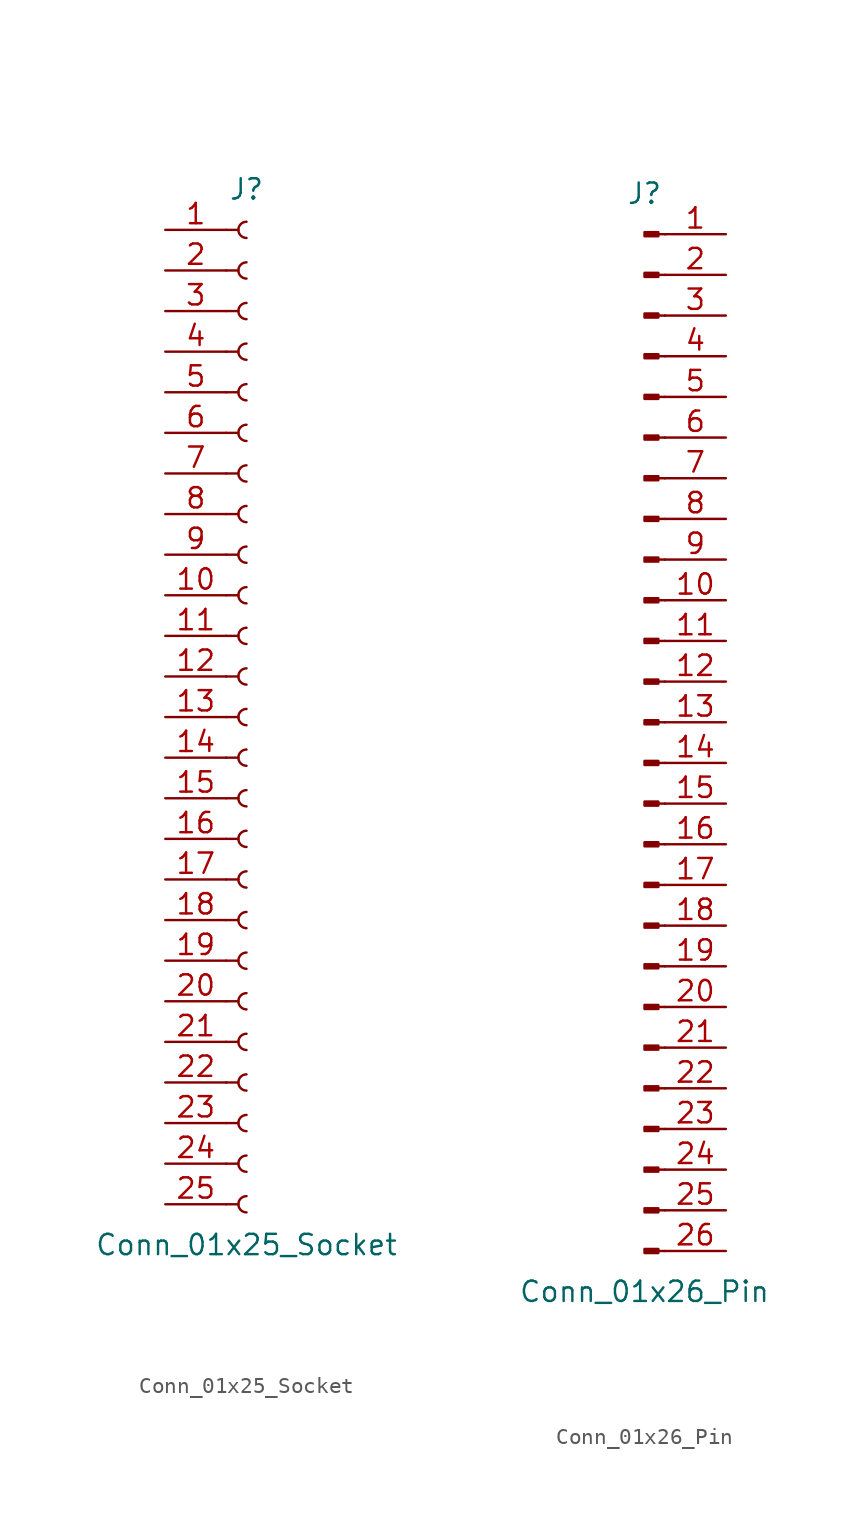
<source format=kicad_sym>
(kicad_symbol_lib
  (version 20220914)
  (generator kicad_symbol_editor)
  (symbol "Conn_01x25_Socket"
    (pin_names
      (offset 1.016) hide)
    (property "Reference" "J"
      (at 0 33.02 0)
      (effects (font (size 1.27 1.27))))
    (property "Value" "Conn_01x25_Socket"
      (at 0 -33.02 0)
      (effects (font (size 1.27 1.27))))
    (property "ki_locked" ""
      (at 0 0 0)
      (effects (font (size 1.27 1.27))))
    (symbol "Conn_01x25_Socket_1_1"
      (arc (start 0 -29.972) (mid -0.5058 -30.48) (end 0 -30.988) (stroke (width 0.1524) (type default)) (fill (type none)))
      (arc (start 0 -27.432) (mid -0.5058 -27.94) (end 0 -28.448) (stroke (width 0.1524) (type default)) (fill (type none)))
      (arc (start 0 -24.892) (mid -0.5058 -25.4) (end 0 -25.908) (stroke (width 0.1524) (type default)) (fill (type none)))
      (arc (start 0 -22.352) (mid -0.5058 -22.86) (end 0 -23.368) (stroke (width 0.1524) (type default)) (fill (type none)))
      (arc (start 0 -19.812) (mid -0.5058 -20.32) (end 0 -20.828) (stroke (width 0.1524) (type default)) (fill (type none)))
      (arc (start 0 -17.272) (mid -0.5058 -17.78) (end 0 -18.288) (stroke (width 0.1524) (type default)) (fill (type none)))
      (arc (start 0 -14.732) (mid -0.5058 -15.24) (end 0 -15.748) (stroke (width 0.1524) (type default)) (fill (type none)))
      (arc (start 0 -12.192) (mid -0.5058 -12.7) (end 0 -13.208) (stroke (width 0.1524) (type default)) (fill (type none)))
      (arc (start 0 -9.652) (mid -0.5058 -10.16) (end 0 -10.668) (stroke (width 0.1524) (type default)) (fill (type none)))
      (arc (start 0 -7.112) (mid -0.5058 -7.62) (end 0 -8.128) (stroke (width 0.1524) (type default)) (fill (type none)))
      (arc (start 0 -4.572) (mid -0.5058 -5.08) (end 0 -5.588) (stroke (width 0.1524) (type default)) (fill (type none)))
      (arc (start 0 -2.032) (mid -0.5058 -2.54) (end 0 -3.048) (stroke (width 0.1524) (type default)) (fill (type none)))
      (polyline (pts (xy -1.27 -30.48) (xy -0.508 -30.48)) (stroke (width 0.152) (type default)) (fill (type none)))
      (polyline (pts (xy -1.27 -27.94) (xy -0.508 -27.94)) (stroke (width 0.152) (type default)) (fill (type none)))
      (polyline (pts (xy -1.27 -25.4) (xy -0.508 -25.4)) (stroke (width 0.152) (type default)) (fill (type none)))
      (polyline (pts (xy -1.27 -22.86) (xy -0.508 -22.86)) (stroke (width 0.152) (type default)) (fill (type none)))
      (polyline (pts (xy -1.27 -20.32) (xy -0.508 -20.32)) (stroke (width 0.152) (type default)) (fill (type none)))
      (polyline (pts (xy -1.27 -17.78) (xy -0.508 -17.78)) (stroke (width 0.152) (type default)) (fill (type none)))
      (polyline (pts (xy -1.27 -15.24) (xy -0.508 -15.24)) (stroke (width 0.152) (type default)) (fill (type none)))
      (polyline (pts (xy -1.27 -12.7) (xy -0.508 -12.7)) (stroke (width 0.152) (type default)) (fill (type none)))
      (polyline (pts (xy -1.27 -10.16) (xy -0.508 -10.16)) (stroke (width 0.152) (type default)) (fill (type none)))
      (polyline (pts (xy -1.27 -7.62) (xy -0.508 -7.62)) (stroke (width 0.152) (type default)) (fill (type none)))
      (polyline (pts (xy -1.27 -5.08) (xy -0.508 -5.08)) (stroke (width 0.152) (type default)) (fill (type none)))
      (polyline (pts (xy -1.27 -2.54) (xy -0.508 -2.54)) (stroke (width 0.152) (type default)) (fill (type none)))
      (polyline (pts (xy -1.27 0) (xy -0.508 0)) (stroke (width 0.152) (type default)) (fill (type none)))
      (polyline (pts (xy -1.27 2.54) (xy -0.508 2.54)) (stroke (width 0.152) (type default)) (fill (type none)))
      (polyline (pts (xy -1.27 5.08) (xy -0.508 5.08)) (stroke (width 0.152) (type default)) (fill (type none)))
      (polyline (pts (xy -1.27 7.62) (xy -0.508 7.62)) (stroke (width 0.152) (type default)) (fill (type none)))
      (polyline (pts (xy -1.27 10.16) (xy -0.508 10.16)) (stroke (width 0.152) (type default)) (fill (type none)))
      (polyline (pts (xy -1.27 12.7) (xy -0.508 12.7)) (stroke (width 0.152) (type default)) (fill (type none)))
      (polyline (pts (xy -1.27 15.24) (xy -0.508 15.24)) (stroke (width 0.152) (type default)) (fill (type none)))
      (polyline (pts (xy -1.27 17.78) (xy -0.508 17.78)) (stroke (width 0.152) (type default)) (fill (type none)))
      (polyline (pts (xy -1.27 20.32) (xy -0.508 20.32)) (stroke (width 0.152) (type default)) (fill (type none)))
      (polyline (pts (xy -1.27 22.86) (xy -0.508 22.86)) (stroke (width 0.152) (type default)) (fill (type none)))
      (polyline (pts (xy -1.27 25.4) (xy -0.508 25.4)) (stroke (width 0.152) (type default)) (fill (type none)))
      (polyline (pts (xy -1.27 27.94) (xy -0.508 27.94)) (stroke (width 0.152) (type default)) (fill (type none)))
      (polyline (pts (xy -1.27 30.48) (xy -0.508 30.48)) (stroke (width 0.152) (type default)) (fill (type none)))
      (arc (start 0 0.508) (mid -0.5058 0) (end 0 -0.508) (stroke (width 0.1524) (type default)) (fill (type none)))
      (arc (start 0 3.048) (mid -0.5058 2.54) (end 0 2.032) (stroke (width 0.1524) (type default)) (fill (type none)))
      (arc (start 0 5.588) (mid -0.5058 5.08) (end 0 4.572) (stroke (width 0.1524) (type default)) (fill (type none)))
      (arc (start 0 8.128) (mid -0.5058 7.62) (end 0 7.112) (stroke (width 0.1524) (type default)) (fill (type none)))
      (arc (start 0 10.668) (mid -0.5058 10.16) (end 0 9.652) (stroke (width 0.1524) (type default)) (fill (type none)))
      (arc (start 0 13.208) (mid -0.5058 12.7) (end 0 12.192) (stroke (width 0.1524) (type default)) (fill (type none)))
      (arc (start 0 15.748) (mid -0.5058 15.24) (end 0 14.732) (stroke (width 0.1524) (type default)) (fill (type none)))
      (arc (start 0 18.288) (mid -0.5058 17.78) (end 0 17.272) (stroke (width 0.1524) (type default)) (fill (type none)))
      (arc (start 0 20.828) (mid -0.5058 20.32) (end 0 19.812) (stroke (width 0.1524) (type default)) (fill (type none)))
      (arc (start 0 23.368) (mid -0.5058 22.86) (end 0 22.352) (stroke (width 0.1524) (type default)) (fill (type none)))
      (arc (start 0 25.908) (mid -0.5058 25.4) (end 0 24.892) (stroke (width 0.1524) (type default)) (fill (type none)))
      (arc (start 0 28.448) (mid -0.5058 27.94) (end 0 27.432) (stroke (width 0.1524) (type default)) (fill (type none)))
      (arc (start 0 30.988) (mid -0.5058 30.48) (end 0 29.972) (stroke (width 0.1524) (type default)) (fill (type none)))
      (pin passive line (at -5.08 30.48 0) (length 3.81) (name "Pin_1" (effects (font (size 1.27 1.27)))) (number "1" (effects (font (size 1.27 1.27)))))
      (pin passive line (at -5.08 7.62 0) (length 3.81) (name "Pin_10" (effects (font (size 1.27 1.27)))) (number "10" (effects (font (size 1.27 1.27)))))
      (pin passive line (at -5.08 5.08 0) (length 3.81) (name "Pin_11" (effects (font (size 1.27 1.27)))) (number "11" (effects (font (size 1.27 1.27)))))
      (pin passive line (at -5.08 2.54 0) (length 3.81) (name "Pin_12" (effects (font (size 1.27 1.27)))) (number "12" (effects (font (size 1.27 1.27)))))
      (pin passive line (at -5.08 0 0) (length 3.81) (name "Pin_13" (effects (font (size 1.27 1.27)))) (number "13" (effects (font (size 1.27 1.27)))))
      (pin passive line (at -5.08 -2.54 0) (length 3.81) (name "Pin_14" (effects (font (size 1.27 1.27)))) (number "14" (effects (font (size 1.27 1.27)))))
      (pin passive line (at -5.08 -5.08 0) (length 3.81) (name "Pin_15" (effects (font (size 1.27 1.27)))) (number "15" (effects (font (size 1.27 1.27)))))
      (pin passive line (at -5.08 -7.62 0) (length 3.81) (name "Pin_16" (effects (font (size 1.27 1.27)))) (number "16" (effects (font (size 1.27 1.27)))))
      (pin passive line (at -5.08 -10.16 0) (length 3.81) (name "Pin_17" (effects (font (size 1.27 1.27)))) (number "17" (effects (font (size 1.27 1.27)))))
      (pin passive line (at -5.08 -12.7 0) (length 3.81) (name "Pin_18" (effects (font (size 1.27 1.27)))) (number "18" (effects (font (size 1.27 1.27)))))
      (pin passive line (at -5.08 -15.24 0) (length 3.81) (name "Pin_19" (effects (font (size 1.27 1.27)))) (number "19" (effects (font (size 1.27 1.27)))))
      (pin passive line (at -5.08 27.94 0) (length 3.81) (name "Pin_2" (effects (font (size 1.27 1.27)))) (number "2" (effects (font (size 1.27 1.27)))))
      (pin passive line (at -5.08 -17.78 0) (length 3.81) (name "Pin_20" (effects (font (size 1.27 1.27)))) (number "20" (effects (font (size 1.27 1.27)))))
      (pin passive line (at -5.08 -20.32 0) (length 3.81) (name "Pin_21" (effects (font (size 1.27 1.27)))) (number "21" (effects (font (size 1.27 1.27)))))
      (pin passive line (at -5.08 -22.86 0) (length 3.81) (name "Pin_22" (effects (font (size 1.27 1.27)))) (number "22" (effects (font (size 1.27 1.27)))))
      (pin passive line (at -5.08 -25.4 0) (length 3.81) (name "Pin_23" (effects (font (size 1.27 1.27)))) (number "23" (effects (font (size 1.27 1.27)))))
      (pin passive line (at -5.08 -27.94 0) (length 3.81) (name "Pin_24" (effects (font (size 1.27 1.27)))) (number "24" (effects (font (size 1.27 1.27)))))
      (pin passive line (at -5.08 -30.48 0) (length 3.81) (name "Pin_25" (effects (font (size 1.27 1.27)))) (number "25" (effects (font (size 1.27 1.27)))))
      (pin passive line (at -5.08 25.4 0) (length 3.81) (name "Pin_3" (effects (font (size 1.27 1.27)))) (number "3" (effects (font (size 1.27 1.27)))))
      (pin passive line (at -5.08 22.86 0) (length 3.81) (name "Pin_4" (effects (font (size 1.27 1.27)))) (number "4" (effects (font (size 1.27 1.27)))))
      (pin passive line (at -5.08 20.32 0) (length 3.81) (name "Pin_5" (effects (font (size 1.27 1.27)))) (number "5" (effects (font (size 1.27 1.27)))))
      (pin passive line (at -5.08 17.78 0) (length 3.81) (name "Pin_6" (effects (font (size 1.27 1.27)))) (number "6" (effects (font (size 1.27 1.27)))))
      (pin passive line (at -5.08 15.24 0) (length 3.81) (name "Pin_7" (effects (font (size 1.27 1.27)))) (number "7" (effects (font (size 1.27 1.27)))))
      (pin passive line (at -5.08 12.7 0) (length 3.81) (name "Pin_8" (effects (font (size 1.27 1.27)))) (number "8" (effects (font (size 1.27 1.27)))))
      (pin passive line (at -5.08 10.16 0) (length 3.81) (name "Pin_9" (effects (font (size 1.27 1.27)))) (number "9" (effects (font (size 1.27 1.27)))))))
  (symbol "Conn_01x26_Pin"
    (pin_names
      (offset 1.016) hide)
    (property "Reference" "J"
      (at 0 33.02 0)
      (effects (font (size 1.27 1.27))))
    (property "Value" "Conn_01x26_Pin"
      (at 0 -35.56 0)
      (effects (font (size 1.27 1.27))))
    (property "ki_locked" ""
      (at 0 0 0)
      (effects (font (size 1.27 1.27))))
    (symbol "Conn_01x26_Pin_1_1"
      (polyline (pts (xy 1.27 -33.02) (xy 0.864 -33.02)) (stroke (width 0.152) (type default)) (fill (type none)))
      (polyline (pts (xy 1.27 -30.48) (xy 0.864 -30.48)) (stroke (width 0.152) (type default)) (fill (type none)))
      (polyline (pts (xy 1.27 -27.94) (xy 0.864 -27.94)) (stroke (width 0.152) (type default)) (fill (type none)))
      (polyline (pts (xy 1.27 -25.4) (xy 0.864 -25.4)) (stroke (width 0.152) (type default)) (fill (type none)))
      (polyline (pts (xy 1.27 -22.86) (xy 0.864 -22.86)) (stroke (width 0.152) (type default)) (fill (type none)))
      (polyline (pts (xy 1.27 -20.32) (xy 0.864 -20.32)) (stroke (width 0.152) (type default)) (fill (type none)))
      (polyline (pts (xy 1.27 -17.78) (xy 0.864 -17.78)) (stroke (width 0.152) (type default)) (fill (type none)))
      (polyline (pts (xy 1.27 -15.24) (xy 0.864 -15.24)) (stroke (width 0.152) (type default)) (fill (type none)))
      (polyline (pts (xy 1.27 -12.7) (xy 0.864 -12.7)) (stroke (width 0.152) (type default)) (fill (type none)))
      (polyline (pts (xy 1.27 -10.16) (xy 0.864 -10.16)) (stroke (width 0.152) (type default)) (fill (type none)))
      (polyline (pts (xy 1.27 -7.62) (xy 0.864 -7.62)) (stroke (width 0.152) (type default)) (fill (type none)))
      (polyline (pts (xy 1.27 -5.08) (xy 0.864 -5.08)) (stroke (width 0.152) (type default)) (fill (type none)))
      (polyline (pts (xy 1.27 -2.54) (xy 0.864 -2.54)) (stroke (width 0.152) (type default)) (fill (type none)))
      (polyline (pts (xy 1.27 0) (xy 0.864 0)) (stroke (width 0.152) (type default)) (fill (type none)))
      (polyline (pts (xy 1.27 2.54) (xy 0.864 2.54)) (stroke (width 0.152) (type default)) (fill (type none)))
      (polyline (pts (xy 1.27 5.08) (xy 0.864 5.08)) (stroke (width 0.152) (type default)) (fill (type none)))
      (polyline (pts (xy 1.27 7.62) (xy 0.864 7.62)) (stroke (width 0.152) (type default)) (fill (type none)))
      (polyline (pts (xy 1.27 10.16) (xy 0.864 10.16)) (stroke (width 0.152) (type default)) (fill (type none)))
      (polyline (pts (xy 1.27 12.7) (xy 0.864 12.7)) (stroke (width 0.152) (type default)) (fill (type none)))
      (polyline (pts (xy 1.27 15.24) (xy 0.864 15.24)) (stroke (width 0.152) (type default)) (fill (type none)))
      (polyline (pts (xy 1.27 17.78) (xy 0.864 17.78)) (stroke (width 0.152) (type default)) (fill (type none)))
      (polyline (pts (xy 1.27 20.32) (xy 0.864 20.32)) (stroke (width 0.152) (type default)) (fill (type none)))
      (polyline (pts (xy 1.27 22.86) (xy 0.864 22.86)) (stroke (width 0.152) (type default)) (fill (type none)))
      (polyline (pts (xy 1.27 25.4) (xy 0.864 25.4)) (stroke (width 0.152) (type default)) (fill (type none)))
      (polyline (pts (xy 1.27 27.94) (xy 0.864 27.94)) (stroke (width 0.152) (type default)) (fill (type none)))
      (polyline (pts (xy 1.27 30.48) (xy 0.864 30.48)) (stroke (width 0.152) (type default)) (fill (type none)))
      (rectangle (start 0.864 -32.893) (end 0 -33.147) (stroke (width 0.152) (type default)) (fill (type outline)))
      (rectangle (start 0.864 -30.353) (end 0 -30.607) (stroke (width 0.152) (type default)) (fill (type outline)))
      (rectangle (start 0.864 -27.813) (end 0 -28.067) (stroke (width 0.152) (type default)) (fill (type outline)))
      (rectangle (start 0.864 -25.273) (end 0 -25.527) (stroke (width 0.152) (type default)) (fill (type outline)))
      (rectangle (start 0.864 -22.733) (end 0 -22.987) (stroke (width 0.152) (type default)) (fill (type outline)))
      (rectangle (start 0.864 -20.193) (end 0 -20.447) (stroke (width 0.152) (type default)) (fill (type outline)))
      (rectangle (start 0.864 -17.653) (end 0 -17.907) (stroke (width 0.152) (type default)) (fill (type outline)))
      (rectangle (start 0.864 -15.113) (end 0 -15.367) (stroke (width 0.152) (type default)) (fill (type outline)))
      (rectangle (start 0.864 -12.573) (end 0 -12.827) (stroke (width 0.152) (type default)) (fill (type outline)))
      (rectangle (start 0.864 -10.033) (end 0 -10.287) (stroke (width 0.152) (type default)) (fill (type outline)))
      (rectangle (start 0.864 -7.493) (end 0 -7.747) (stroke (width 0.152) (type default)) (fill (type outline)))
      (rectangle (start 0.864 -4.953) (end 0 -5.207) (stroke (width 0.152) (type default)) (fill (type outline)))
      (rectangle (start 0.864 -2.413) (end 0 -2.667) (stroke (width 0.152) (type default)) (fill (type outline)))
      (rectangle (start 0.864 0.127) (end 0 -0.127) (stroke (width 0.152) (type default)) (fill (type outline)))
      (rectangle (start 0.864 2.667) (end 0 2.413) (stroke (width 0.152) (type default)) (fill (type outline)))
      (rectangle (start 0.864 5.207) (end 0 4.953) (stroke (width 0.152) (type default)) (fill (type outline)))
      (rectangle (start 0.864 7.747) (end 0 7.493) (stroke (width 0.152) (type default)) (fill (type outline)))
      (rectangle (start 0.864 10.287) (end 0 10.033) (stroke (width 0.152) (type default)) (fill (type outline)))
      (rectangle (start 0.864 12.827) (end 0 12.573) (stroke (width 0.152) (type default)) (fill (type outline)))
      (rectangle (start 0.864 15.367) (end 0 15.113) (stroke (width 0.152) (type default)) (fill (type outline)))
      (rectangle (start 0.864 17.907) (end 0 17.653) (stroke (width 0.152) (type default)) (fill (type outline)))
      (rectangle (start 0.864 20.447) (end 0 20.193) (stroke (width 0.152) (type default)) (fill (type outline)))
      (rectangle (start 0.864 22.987) (end 0 22.733) (stroke (width 0.152) (type default)) (fill (type outline)))
      (rectangle (start 0.864 25.527) (end 0 25.273) (stroke (width 0.152) (type default)) (fill (type outline)))
      (rectangle (start 0.864 28.067) (end 0 27.813) (stroke (width 0.152) (type default)) (fill (type outline)))
      (rectangle (start 0.864 30.607) (end 0 30.353) (stroke (width 0.152) (type default)) (fill (type outline)))
      (pin passive line (at 5.08 30.48 180) (length 3.81) (name "Pin_1" (effects (font (size 1.27 1.27)))) (number "1" (effects (font (size 1.27 1.27)))))
      (pin passive line (at 5.08 7.62 180) (length 3.81) (name "Pin_10" (effects (font (size 1.27 1.27)))) (number "10" (effects (font (size 1.27 1.27)))))
      (pin passive line (at 5.08 5.08 180) (length 3.81) (name "Pin_11" (effects (font (size 1.27 1.27)))) (number "11" (effects (font (size 1.27 1.27)))))
      (pin passive line (at 5.08 2.54 180) (length 3.81) (name "Pin_12" (effects (font (size 1.27 1.27)))) (number "12" (effects (font (size 1.27 1.27)))))
      (pin passive line (at 5.08 0 180) (length 3.81) (name "Pin_13" (effects (font (size 1.27 1.27)))) (number "13" (effects (font (size 1.27 1.27)))))
      (pin passive line (at 5.08 -2.54 180) (length 3.81) (name "Pin_14" (effects (font (size 1.27 1.27)))) (number "14" (effects (font (size 1.27 1.27)))))
      (pin passive line (at 5.08 -5.08 180) (length 3.81) (name "Pin_15" (effects (font (size 1.27 1.27)))) (number "15" (effects (font (size 1.27 1.27)))))
      (pin passive line (at 5.08 -7.62 180) (length 3.81) (name "Pin_16" (effects (font (size 1.27 1.27)))) (number "16" (effects (font (size 1.27 1.27)))))
      (pin passive line (at 5.08 -10.16 180) (length 3.81) (name "Pin_17" (effects (font (size 1.27 1.27)))) (number "17" (effects (font (size 1.27 1.27)))))
      (pin passive line (at 5.08 -12.7 180) (length 3.81) (name "Pin_18" (effects (font (size 1.27 1.27)))) (number "18" (effects (font (size 1.27 1.27)))))
      (pin passive line (at 5.08 -15.24 180) (length 3.81) (name "Pin_19" (effects (font (size 1.27 1.27)))) (number "19" (effects (font (size 1.27 1.27)))))
      (pin passive line (at 5.08 27.94 180) (length 3.81) (name "Pin_2" (effects (font (size 1.27 1.27)))) (number "2" (effects (font (size 1.27 1.27)))))
      (pin passive line (at 5.08 -17.78 180) (length 3.81) (name "Pin_20" (effects (font (size 1.27 1.27)))) (number "20" (effects (font (size 1.27 1.27)))))
      (pin passive line (at 5.08 -20.32 180) (length 3.81) (name "Pin_21" (effects (font (size 1.27 1.27)))) (number "21" (effects (font (size 1.27 1.27)))))
      (pin passive line (at 5.08 -22.86 180) (length 3.81) (name "Pin_22" (effects (font (size 1.27 1.27)))) (number "22" (effects (font (size 1.27 1.27)))))
      (pin passive line (at 5.08 -25.4 180) (length 3.81) (name "Pin_23" (effects (font (size 1.27 1.27)))) (number "23" (effects (font (size 1.27 1.27)))))
      (pin passive line (at 5.08 -27.94 180) (length 3.81) (name "Pin_24" (effects (font (size 1.27 1.27)))) (number "24" (effects (font (size 1.27 1.27)))))
      (pin passive line (at 5.08 -30.48 180) (length 3.81) (name "Pin_25" (effects (font (size 1.27 1.27)))) (number "25" (effects (font (size 1.27 1.27)))))
      (pin passive line (at 5.08 -33.02 180) (length 3.81) (name "Pin_26" (effects (font (size 1.27 1.27)))) (number "26" (effects (font (size 1.27 1.27)))))
      (pin passive line (at 5.08 25.4 180) (length 3.81) (name "Pin_3" (effects (font (size 1.27 1.27)))) (number "3" (effects (font (size 1.27 1.27)))))
      (pin passive line (at 5.08 22.86 180) (length 3.81) (name "Pin_4" (effects (font (size 1.27 1.27)))) (number "4" (effects (font (size 1.27 1.27)))))
      (pin passive line (at 5.08 20.32 180) (length 3.81) (name "Pin_5" (effects (font (size 1.27 1.27)))) (number "5" (effects (font (size 1.27 1.27)))))
      (pin passive line (at 5.08 17.78 180) (length 3.81) (name "Pin_6" (effects (font (size 1.27 1.27)))) (number "6" (effects (font (size 1.27 1.27)))))
      (pin passive line (at 5.08 15.24 180) (length 3.81) (name "Pin_7" (effects (font (size 1.27 1.27)))) (number "7" (effects (font (size 1.27 1.27)))))
      (pin passive line (at 5.08 12.7 180) (length 3.81) (name "Pin_8" (effects (font (size 1.27 1.27)))) (number "8" (effects (font (size 1.27 1.27)))))
      (pin passive line (at 5.08 10.16 180) (length 3.81) (name "Pin_9" (effects (font (size 1.27 1.27)))) (number "9" (effects (font (size 1.27 1.27))))))))
</source>
